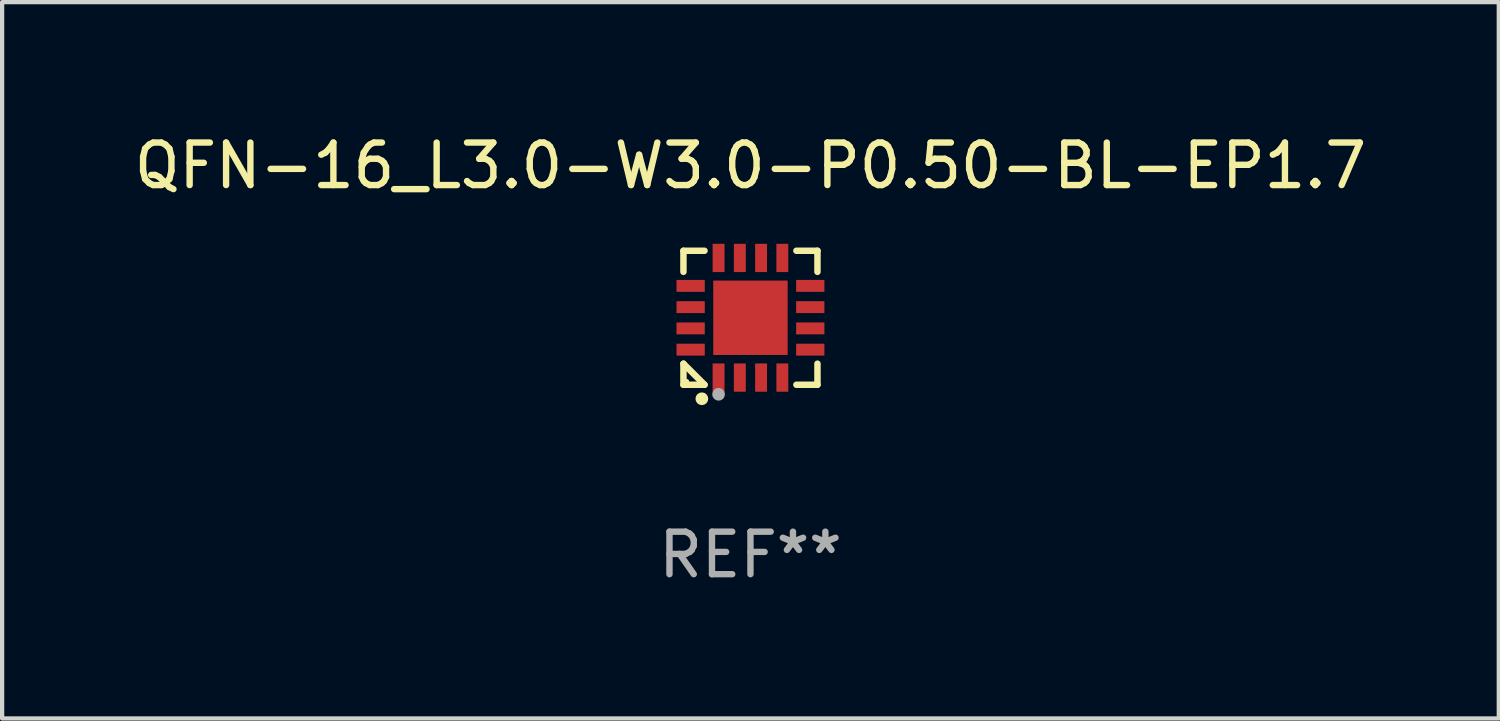
<source format=kicad_pcb>
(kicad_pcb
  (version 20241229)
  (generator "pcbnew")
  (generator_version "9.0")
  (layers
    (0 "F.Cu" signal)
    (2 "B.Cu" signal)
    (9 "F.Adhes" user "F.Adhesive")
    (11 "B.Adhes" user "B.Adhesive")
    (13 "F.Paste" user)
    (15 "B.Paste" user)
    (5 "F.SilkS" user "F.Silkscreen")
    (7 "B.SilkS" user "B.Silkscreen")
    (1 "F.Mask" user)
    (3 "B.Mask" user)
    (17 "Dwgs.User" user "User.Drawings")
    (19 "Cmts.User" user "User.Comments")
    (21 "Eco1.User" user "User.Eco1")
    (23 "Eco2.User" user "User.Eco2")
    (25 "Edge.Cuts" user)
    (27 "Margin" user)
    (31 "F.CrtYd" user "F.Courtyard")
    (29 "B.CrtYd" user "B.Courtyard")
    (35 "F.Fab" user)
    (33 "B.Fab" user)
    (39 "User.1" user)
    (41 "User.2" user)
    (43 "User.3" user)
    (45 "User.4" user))
  (footprint "QFN-16_L3.0-W3.0-P0.50-BL-EP1.7"
    (layer "F.Cu")
    (at 14.601 4.424)
    (property "Reference" "QFN-16_L3.0-W3.0-P0.50-BL-EP1.7" (at 0 -3.576 0) (layer "F.SilkS") (effects (font (size 1 1) (thickness 0.15))))
    (attr smd)
    (fp_line (start -1.576 -1.576) (end -1.08 -1.576) (stroke (width 0.152) (type solid)) (layer "F.SilkS"))
    (fp_line (start -1.576 -1.08) (end -1.576 -1.576) (stroke (width 0.152) (type solid)) (layer "F.SilkS"))
    (fp_line (start -1.576 1.08) (end -1.576 1.576) (stroke (width 0.152) (type solid)) (layer "F.SilkS"))
    (fp_line (start -1.576 1.576) (end -1.08 1.576) (stroke (width 0.152) (type solid)) (layer "F.SilkS"))
    (fp_line (start -1.08 1.576) (end -1.576 1.08) (stroke (width 0.152) (type solid)) (layer "F.SilkS"))
    (fp_line (start 1.576 -1.576) (end 1.08 -1.576) (stroke (width 0.152) (type solid)) (layer "F.SilkS"))
    (fp_line (start 1.576 -1.08) (end 1.576 -1.576) (stroke (width 0.152) (type solid)) (layer "F.SilkS"))
    (fp_line (start 1.576 1.08) (end 1.576 1.576) (stroke (width 0.152) (type solid)) (layer "F.SilkS"))
    (fp_line (start 1.576 1.576) (end 1.08 1.576) (stroke (width 0.152) (type solid)) (layer "F.SilkS"))
    (fp_circle (center -1.5 1.5) (end -1.47 1.5) (stroke (width 0.06) (type solid)) (fill no) (layer "F.SilkS"))
    (fp_circle (center -1.143 1.905) (end -1.068 1.905) (stroke (width 0.15) (type solid)) (fill no) (layer "F.SilkS"))
    (fp_circle (center -0.75 1.8) (end -0.675 1.8) (stroke (width 0.15) (type solid)) (fill no) (layer "F.Fab"))
    (fp_text user "REF**" (at 0 5.576 0) (layer "F.Fab") (effects (font (size 1 1) (thickness 0.15))))
    (pad "1" smd rect (at -0.75 1.407) (size 0.28 0.665) (layers "F.Cu" "F.Mask" "F.Paste"))
    (pad "2" smd rect (at -0.25 1.407) (size 0.28 0.665) (layers "F.Cu" "F.Mask" "F.Paste"))
    (pad "3" smd rect (at 0.25 1.407) (size 0.28 0.665) (layers "F.Cu" "F.Mask" "F.Paste"))
    (pad "4" smd rect (at 0.75 1.407) (size 0.28 0.665) (layers "F.Cu" "F.Mask" "F.Paste"))
    (pad "5" smd rect (at 1.407 0.75) (size 0.665 0.28) (layers "F.Cu" "F.Mask" "F.Paste"))
    (pad "6" smd rect (at 1.407 0.25) (size 0.665 0.28) (layers "F.Cu" "F.Mask" "F.Paste"))
    (pad "7" smd rect (at 1.407 -0.25) (size 0.665 0.28) (layers "F.Cu" "F.Mask" "F.Paste"))
    (pad "8" smd rect (at 1.407 -0.75) (size 0.665 0.28) (layers "F.Cu" "F.Mask" "F.Paste"))
    (pad "9" smd rect (at 0.75 -1.407) (size 0.28 0.665) (layers "F.Cu" "F.Mask" "F.Paste"))
    (pad "10" smd rect (at 0.25 -1.407) (size 0.28 0.665) (layers "F.Cu" "F.Mask" "F.Paste"))
    (pad "11" smd rect (at -0.25 -1.407) (size 0.28 0.665) (layers "F.Cu" "F.Mask" "F.Paste"))
    (pad "12" smd rect (at -0.75 -1.407) (size 0.28 0.665) (layers "F.Cu" "F.Mask" "F.Paste"))
    (pad "13" smd rect (at -1.407 -0.75) (size 0.665 0.28) (layers "F.Cu" "F.Mask" "F.Paste"))
    (pad "14" smd rect (at -1.407 -0.25) (size 0.665 0.28) (layers "F.Cu" "F.Mask" "F.Paste"))
    (pad "15" smd rect (at -1.407 0.25) (size 0.665 0.28) (layers "F.Cu" "F.Mask" "F.Paste"))
    (pad "16" smd rect (at -1.407 0.75) (size 0.665 0.28) (layers "F.Cu" "F.Mask" "F.Paste"))
    (pad "17" smd rect (at 0 0) (size 1.75 1.75) (layers "F.Cu" "F.Mask" "F.Paste")))
  (gr_rect
    (start -3 -3)
    (end 32.202 13.849)
    (stroke (width 0.1) (type default))
    (fill no)
    (layer "Edge.Cuts")))
</source>
